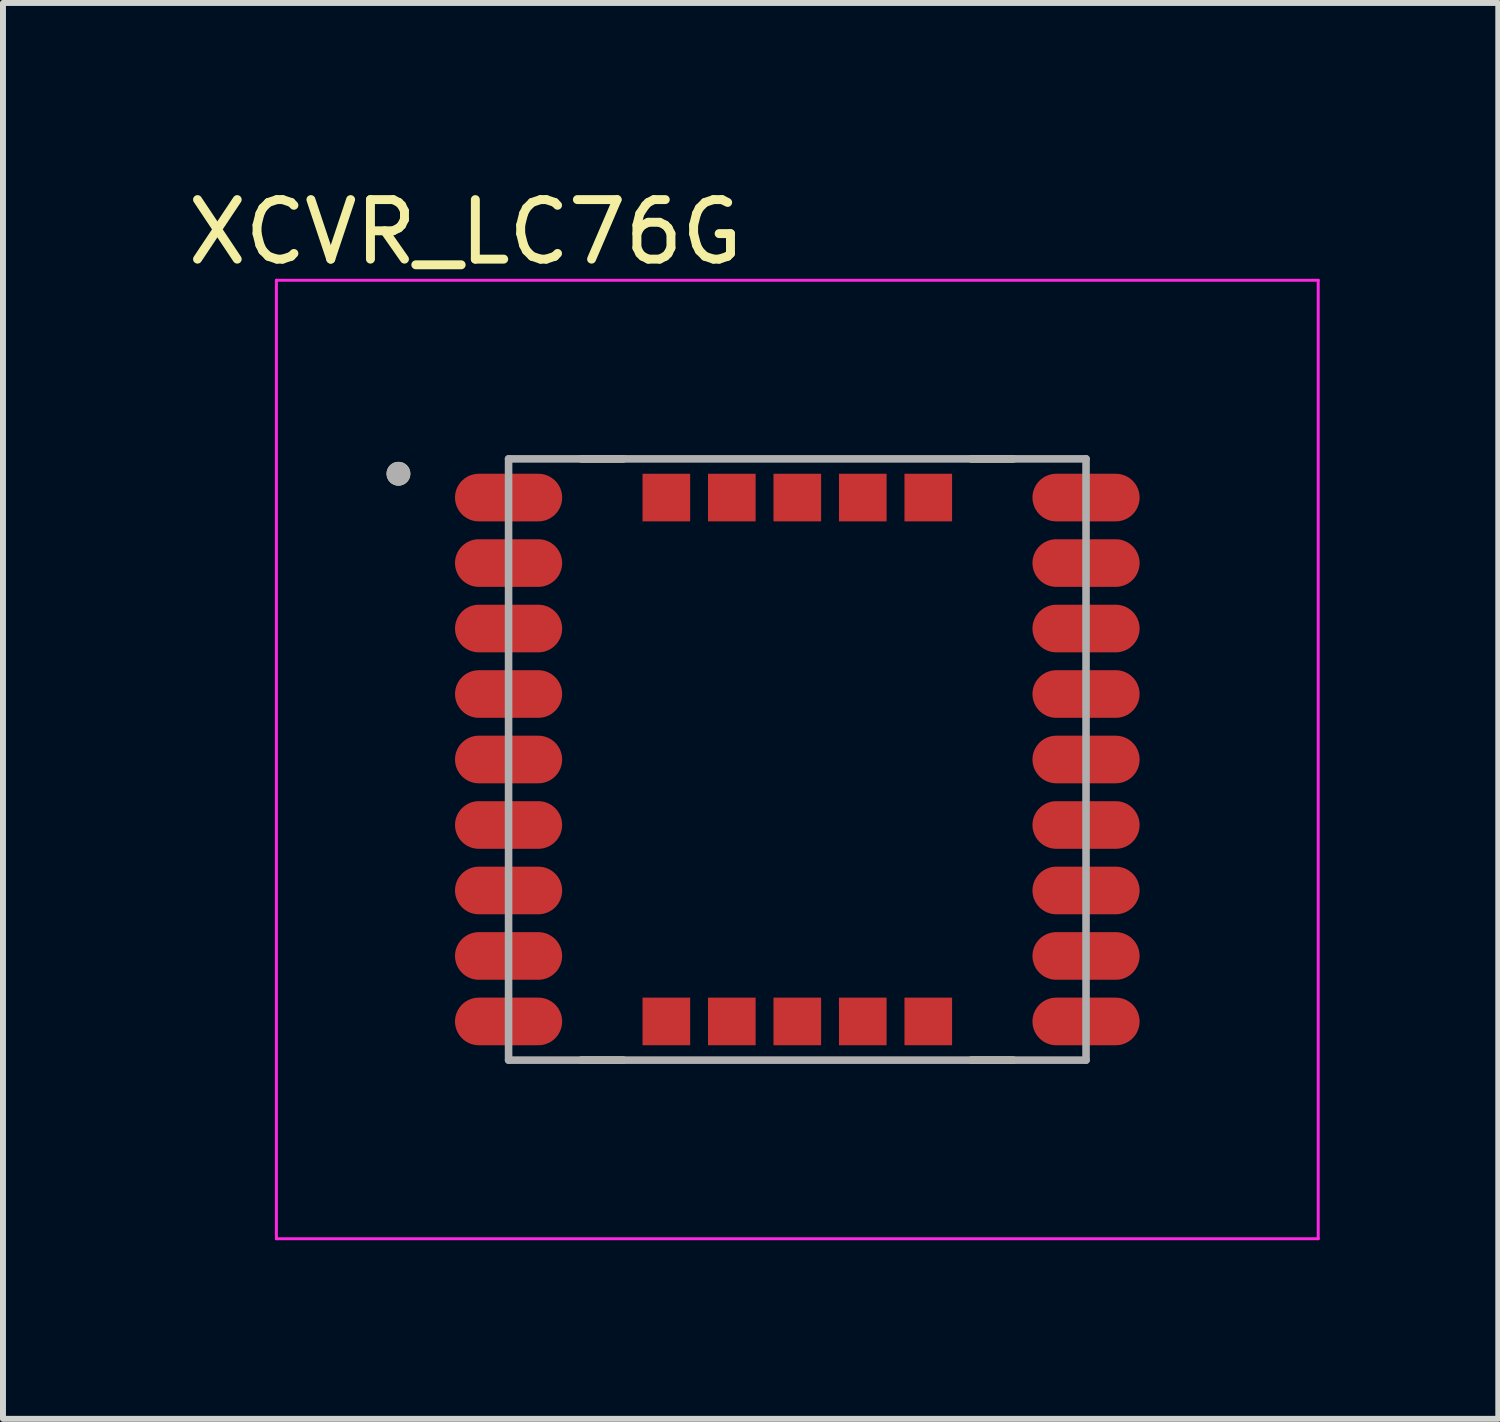
<source format=kicad_pcb>
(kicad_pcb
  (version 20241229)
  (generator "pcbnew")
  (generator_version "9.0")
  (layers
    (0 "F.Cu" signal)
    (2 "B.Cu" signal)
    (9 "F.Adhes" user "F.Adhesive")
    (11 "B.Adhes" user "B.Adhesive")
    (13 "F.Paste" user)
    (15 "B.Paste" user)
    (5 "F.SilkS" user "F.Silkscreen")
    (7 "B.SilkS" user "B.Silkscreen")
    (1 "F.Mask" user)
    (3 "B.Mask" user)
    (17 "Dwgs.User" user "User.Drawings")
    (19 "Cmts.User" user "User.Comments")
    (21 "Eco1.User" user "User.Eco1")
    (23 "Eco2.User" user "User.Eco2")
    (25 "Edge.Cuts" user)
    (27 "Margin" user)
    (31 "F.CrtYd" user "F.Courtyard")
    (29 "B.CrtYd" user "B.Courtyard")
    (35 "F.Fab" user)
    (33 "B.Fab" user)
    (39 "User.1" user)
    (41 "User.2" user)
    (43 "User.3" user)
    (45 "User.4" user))
  (footprint "XCVR_LC76G"
    (layer "F.Cu")
    (at 10.343 9.708)
    (property "Reference" "XCVR_LC76G" (at -5.575 -8.86 0) (layer "F.SilkS") (effects (font (size 1 1) (thickness 0.15))))
    (attr smd)
    (fp_line (start -2.92 -5.05) (end -3.63 -5.05) (stroke (width 0.127) (type solid)) (layer "F.SilkS"))
    (fp_line (start -2.92 5.05) (end -3.63 5.05) (stroke (width 0.127) (type solid)) (layer "F.SilkS"))
    (fp_line (start 2.92 -5.05) (end 3.63 -5.05) (stroke (width 0.127) (type solid)) (layer "F.SilkS"))
    (fp_line (start 3.63 5.05) (end 2.92 5.05) (stroke (width 0.127) (type solid)) (layer "F.SilkS"))
    (fp_circle (center -6.7 -4.8) (end -6.6 -4.8) (stroke (width 0.2) (type solid)) (fill no) (layer "F.SilkS"))
    (fp_line (start -8.75 -8.05) (end -8.75 8.05) (stroke (width 0.05) (type solid)) (layer "F.CrtYd"))
    (fp_line (start -8.75 8.05) (end 8.75 8.05) (stroke (width 0.05) (type solid)) (layer "F.CrtYd"))
    (fp_line (start 8.75 -8.05) (end -8.75 -8.05) (stroke (width 0.05) (type solid)) (layer "F.CrtYd"))
    (fp_line (start 8.75 8.05) (end 8.75 -8.05) (stroke (width 0.05) (type solid)) (layer "F.CrtYd"))
    (fp_line (start -4.85 -5.05) (end 4.85 -5.05) (stroke (width 0.127) (type solid)) (layer "F.Fab"))
    (fp_line (start -4.85 5.05) (end -4.85 -5.05) (stroke (width 0.127) (type solid)) (layer "F.Fab"))
    (fp_line (start 4.85 -5.05) (end 4.85 5.05) (stroke (width 0.127) (type solid)) (layer "F.Fab"))
    (fp_line (start 4.85 5.05) (end -4.85 5.05) (stroke (width 0.127) (type solid)) (layer "F.Fab"))
    (fp_circle (center -6.7 -4.8) (end -6.6 -4.8) (stroke (width 0.2) (type solid)) (fill no) (layer "F.Fab"))
    (pad "1" smd oval (at -4.85 -4.4) (size 1.8 0.8) (layers "F.Cu" "F.Mask" "F.Paste"))
    (pad "2" smd oval (at -4.85 -3.3) (size 1.8 0.8) (layers "F.Cu" "F.Mask" "F.Paste"))
    (pad "3" smd oval (at -4.85 -2.2) (size 1.8 0.8) (layers "F.Cu" "F.Mask" "F.Paste"))
    (pad "4" smd oval (at -4.85 -1.1) (size 1.8 0.8) (layers "F.Cu" "F.Mask" "F.Paste"))
    (pad "5" smd oval (at -4.85 0) (size 1.8 0.8) (layers "F.Cu" "F.Mask" "F.Paste"))
    (pad "6" smd oval (at -4.85 1.1) (size 1.8 0.8) (layers "F.Cu" "F.Mask" "F.Paste"))
    (pad "7" smd oval (at -4.85 2.2) (size 1.8 0.8) (layers "F.Cu" "F.Mask" "F.Paste"))
    (pad "8" smd oval (at -4.85 3.3) (size 1.8 0.8) (layers "F.Cu" "F.Mask" "F.Paste"))
    (pad "9" smd oval (at -4.85 4.4) (size 1.8 0.8) (layers "F.Cu" "F.Mask" "F.Paste"))
    (pad "10" smd oval (at 4.85 4.4) (size 1.8 0.8) (layers "F.Cu" "F.Mask" "F.Paste"))
    (pad "11" smd oval (at 4.85 3.3) (size 1.8 0.8) (layers "F.Cu" "F.Mask" "F.Paste"))
    (pad "12" smd oval (at 4.85 2.2) (size 1.8 0.8) (layers "F.Cu" "F.Mask" "F.Paste"))
    (pad "13" smd oval (at 4.85 1.1) (size 1.8 0.8) (layers "F.Cu" "F.Mask" "F.Paste"))
    (pad "14" smd oval (at 4.85 0) (size 1.8 0.8) (layers "F.Cu" "F.Mask" "F.Paste"))
    (pad "15" smd oval (at 4.85 -1.1) (size 1.8 0.8) (layers "F.Cu" "F.Mask" "F.Paste"))
    (pad "16" smd oval (at 4.85 -2.2) (size 1.8 0.8) (layers "F.Cu" "F.Mask" "F.Paste"))
    (pad "17" smd oval (at 4.85 -3.3) (size 1.8 0.8) (layers "F.Cu" "F.Mask" "F.Paste"))
    (pad "18" smd oval (at 4.85 -4.4) (size 1.8 0.8) (layers "F.Cu" "F.Mask" "F.Paste"))
    (pad "19" smd rect (at 2.2 -4.4) (size 0.8 0.8) (layers "F.Cu" "F.Mask" "F.Paste"))
    (pad "20" smd rect (at 1.1 -4.4) (size 0.8 0.8) (layers "F.Cu" "F.Mask" "F.Paste"))
    (pad "21" smd rect (at 0 -4.4) (size 0.8 0.8) (layers "F.Cu" "F.Mask" "F.Paste"))
    (pad "22" smd rect (at -1.1 -4.4) (size 0.8 0.8) (layers "F.Cu" "F.Mask" "F.Paste"))
    (pad "23" smd rect (at -2.2 -4.4) (size 0.8 0.8) (layers "F.Cu" "F.Mask" "F.Paste"))
    (pad "24" smd rect (at -2.2 4.4) (size 0.8 0.8) (layers "F.Cu" "F.Mask" "F.Paste"))
    (pad "25" smd rect (at -1.1 4.4) (size 0.8 0.8) (layers "F.Cu" "F.Mask" "F.Paste"))
    (pad "26" smd rect (at 0 4.4) (size 0.8 0.8) (layers "F.Cu" "F.Mask" "F.Paste"))
    (pad "27" smd rect (at 1.1 4.4) (size 0.8 0.8) (layers "F.Cu" "F.Mask" "F.Paste"))
    (pad "28" smd rect (at 2.2 4.4) (size 0.8 0.8) (layers "F.Cu" "F.Mask" "F.Paste")))
  (gr_rect
    (start -3 -3)
    (end 22.118 20.783)
    (stroke (width 0.1) (type default))
    (fill no)
    (layer "Edge.Cuts")))
</source>
